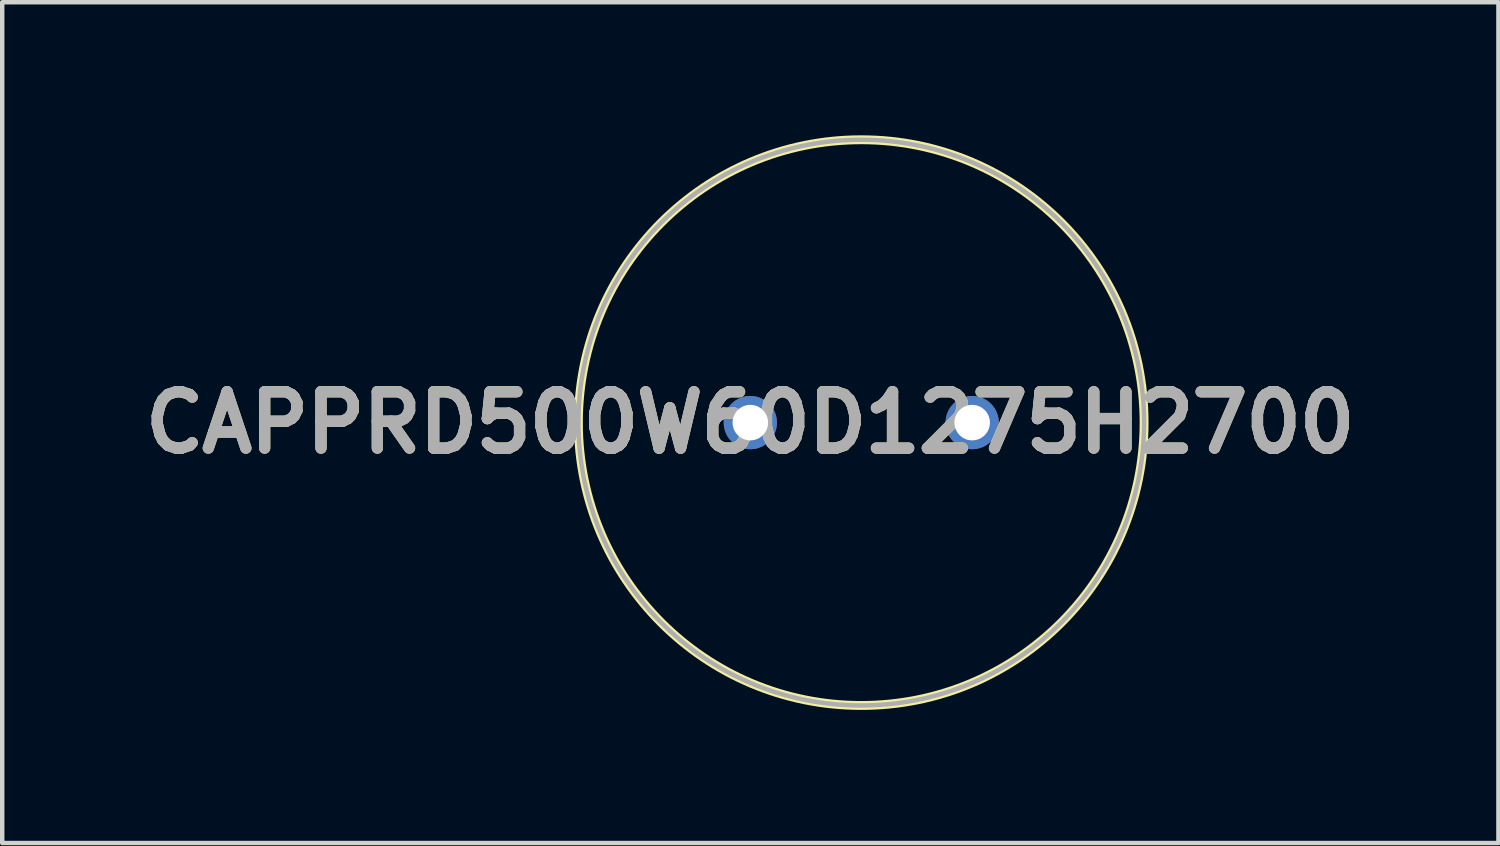
<source format=kicad_pcb>
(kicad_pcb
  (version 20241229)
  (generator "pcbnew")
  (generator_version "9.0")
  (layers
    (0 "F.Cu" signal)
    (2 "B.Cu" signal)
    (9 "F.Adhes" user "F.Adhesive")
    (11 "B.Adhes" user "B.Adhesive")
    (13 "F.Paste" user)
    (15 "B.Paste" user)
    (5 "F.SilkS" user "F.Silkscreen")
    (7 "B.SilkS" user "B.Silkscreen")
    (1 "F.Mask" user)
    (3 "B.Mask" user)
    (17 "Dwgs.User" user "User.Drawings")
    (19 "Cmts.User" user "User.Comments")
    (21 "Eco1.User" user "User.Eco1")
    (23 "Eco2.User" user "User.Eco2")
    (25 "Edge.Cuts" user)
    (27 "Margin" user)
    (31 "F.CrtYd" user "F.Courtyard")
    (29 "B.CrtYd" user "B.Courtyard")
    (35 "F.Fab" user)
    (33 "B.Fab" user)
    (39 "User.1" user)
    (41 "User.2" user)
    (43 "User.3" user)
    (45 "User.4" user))
  (footprint "CAPPRD500W60D1275H2700"
    (layer "F.Cu")
    (at 13.861 6.475)
    (property "Reference" "CAPPRD500W60D1275H2700" (at 0 0 0) (layer "F.SilkS") (effects (font (size 1.27 1.27) (thickness 0.254))))
    (attr through_hole)
    (fp_circle (center 2.5 0) (end 2.5 6.375) (stroke (width 0.2) (type solid)) (fill no) (layer "F.SilkS"))
    (fp_circle (center 2.5 0) (end 2.5 6.375) (stroke (width 0.1) (type solid)) (fill no) (layer "F.Fab"))
    (fp_text user "${REFERENCE}" (at 0 0 0) (layer "F.Fab") (effects (font (size 1.27 1.27) (thickness 0.254))))
    (pad "1" thru_hole circle (at 0 0) (size 1.2 1.2) (drill 0.8) (layers "*.Cu" "*.Mask"))
    (pad "2" thru_hole circle (at 5 0) (size 1.2 1.2) (drill 0.8) (layers "*.Cu" "*.Mask")))
  (gr_rect
    (start -3 -3)
    (end 30.722 15.95)
    (stroke (width 0.1) (type default))
    (fill no)
    (layer "Edge.Cuts")))
</source>
